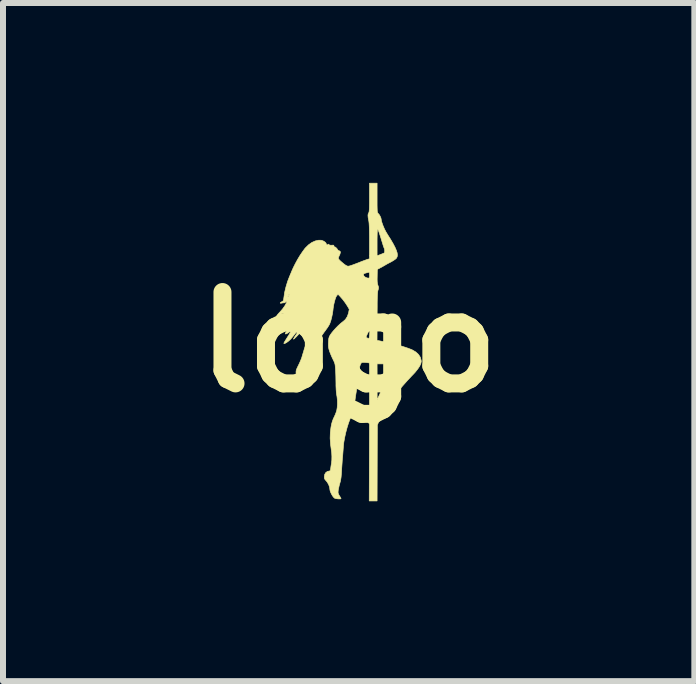
<source format=kicad_pcb>
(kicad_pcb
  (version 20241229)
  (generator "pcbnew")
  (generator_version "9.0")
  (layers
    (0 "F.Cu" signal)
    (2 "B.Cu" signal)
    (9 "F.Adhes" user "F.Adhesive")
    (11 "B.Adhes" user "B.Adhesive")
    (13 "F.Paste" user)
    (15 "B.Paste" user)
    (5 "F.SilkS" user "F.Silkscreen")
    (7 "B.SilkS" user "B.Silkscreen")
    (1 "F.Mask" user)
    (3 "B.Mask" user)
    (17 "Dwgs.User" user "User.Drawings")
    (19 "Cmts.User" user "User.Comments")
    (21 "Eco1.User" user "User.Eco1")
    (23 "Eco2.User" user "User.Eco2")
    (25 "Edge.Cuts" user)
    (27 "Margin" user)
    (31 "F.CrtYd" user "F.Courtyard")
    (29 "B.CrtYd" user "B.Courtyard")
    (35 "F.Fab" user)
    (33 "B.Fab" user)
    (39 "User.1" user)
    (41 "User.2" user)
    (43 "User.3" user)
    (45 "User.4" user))
  (footprint "logo"
    (layer "F.Cu")
    (at 2.765 2.655)
    (property "Reference" "logo" (at 0 0 0) (layer "F.SilkS") (effects (font (size 1.524 1.524) (thickness 0.3))))
    (attr through_hole)
    (fp_poly (pts (xy 0.474 -2.406) (xy 0.474 -2.335) (xy 0.474 -2.279) (xy 0.475 -2.237) (xy 0.476 -2.205) (xy 0.477 -2.183) (xy 0.48 -2.167) (xy 0.483 -2.158) (xy 0.487 -2.151) (xy 0.492 -2.146) (xy 0.492 -2.145) (xy 0.51 -2.125) (xy 0.526 -2.097) (xy 0.538 -2.069) (xy 0.542 -2.05) (xy 0.546 -2.022) (xy 0.558 -1.983) (xy 0.575 -1.937) (xy 0.596 -1.888) (xy 0.62 -1.841) (xy 0.646 -1.798) (xy 0.646 -1.797) (xy 0.699 -1.714) (xy 0.741 -1.642) (xy 0.773 -1.581) (xy 0.795 -1.53) (xy 0.809 -1.487) (xy 0.813 -1.452) (xy 0.809 -1.423) (xy 0.797 -1.4) (xy 0.794 -1.396) (xy 0.778 -1.382) (xy 0.752 -1.364) (xy 0.719 -1.344) (xy 0.699 -1.333) (xy 0.664 -1.315) (xy 0.634 -1.299) (xy 0.613 -1.286) (xy 0.605 -1.282) (xy 0.59 -1.273) (xy 0.564 -1.258) (xy 0.535 -1.242) (xy 0.533 -1.242) (xy 0.478 -1.212) (xy 0.476 -1.1) (xy 0.475 -1.048) (xy 0.476 -1.01) (xy 0.479 -0.982) (xy 0.484 -0.959) (xy 0.488 -0.947) (xy 0.497 -0.92) (xy 0.498 -0.901) (xy 0.494 -0.879) (xy 0.49 -0.866) (xy 0.486 -0.854) (xy 0.484 -0.838) (xy 0.482 -0.818) (xy 0.48 -0.79) (xy 0.478 -0.754) (xy 0.477 -0.708) (xy 0.476 -0.652) (xy 0.476 -0.582) (xy 0.475 -0.498) (xy 0.475 -0.427) (xy 0.473 -0.029) (xy 0.527 -0.018) (xy 0.562 -0.011) (xy 0.598 -0.003) (xy 0.618 0.001) (xy 0.652 0.009) (xy 0.688 0.017) (xy 0.694 0.018) (xy 0.769 0.036) (xy 0.844 0.056) (xy 0.917 0.078) (xy 0.983 0.1) (xy 1.039 0.121) (xy 1.064 0.132) (xy 1.121 0.166) (xy 1.165 0.207) (xy 1.195 0.253) (xy 1.209 0.304) (xy 1.211 0.324) (xy 1.204 0.359) (xy 1.184 0.402) (xy 1.151 0.451) (xy 1.107 0.506) (xy 1.079 0.536) (xy 1.046 0.57) (xy 1.014 0.605) (xy 0.979 0.642) (xy 0.939 0.687) (xy 0.906 0.724) (xy 0.886 0.747) (xy 0.859 0.779) (xy 0.828 0.816) (xy 0.796 0.856) (xy 0.765 0.893) (xy 0.74 0.925) (xy 0.735 0.932) (xy 0.687 0.995) (xy 0.647 1.05) (xy 0.614 1.101) (xy 0.585 1.152) (xy 0.557 1.206) (xy 0.528 1.269) (xy 0.513 1.303) (xy 0.478 1.384) (xy 0.476 2.017) (xy 0.474 2.65) (xy 0.408 2.65) (xy 0.343 2.65) (xy 0.347 1.369) (xy 0.314 1.317) (xy 0.281 1.261) (xy 0.261 1.215) (xy 0.255 1.178) (xy 0.261 1.15) (xy 0.281 1.131) (xy 0.315 1.121) (xy 0.316 1.12) (xy 0.347 1.115) (xy 0.347 0.364) (xy 0.474 0.364) (xy 0.475 0.663) (xy 0.475 0.961) (xy 0.491 0.927) (xy 0.5 0.908) (xy 0.515 0.876) (xy 0.532 0.837) (xy 0.552 0.792) (xy 0.564 0.766) (xy 0.598 0.689) (xy 0.627 0.625) (xy 0.651 0.574) (xy 0.672 0.533) (xy 0.691 0.5) (xy 0.708 0.474) (xy 0.724 0.454) (xy 0.742 0.437) (xy 0.761 0.421) (xy 0.771 0.414) (xy 0.795 0.395) (xy 0.813 0.38) (xy 0.821 0.371) (xy 0.821 0.37) (xy 0.813 0.369) (xy 0.791 0.367) (xy 0.756 0.365) (xy 0.713 0.365) (xy 0.662 0.364) (xy 0.648 0.364) (xy 0.474 0.364) (xy 0.347 0.364) (xy 0.347 0.349) (xy 0.315 0.344) (xy 0.285 0.341) (xy 0.252 0.339) (xy 0.248 0.339) (xy 0.226 0.34) (xy 0.213 0.346) (xy 0.202 0.362) (xy 0.195 0.375) (xy 0.182 0.417) (xy 0.178 0.466) (xy 0.176 0.497) (xy 0.172 0.539) (xy 0.166 0.585) (xy 0.16 0.622) (xy 0.152 0.668) (xy 0.145 0.713) (xy 0.139 0.752) (xy 0.135 0.775) (xy 0.129 0.814) (xy 0.122 0.857) (xy 0.119 0.876) (xy 0.114 0.909) (xy 0.108 0.951) (xy 0.103 0.994) (xy 0.102 1.003) (xy 0.094 1.066) (xy 0.086 1.116) (xy 0.077 1.156) (xy 0.065 1.19) (xy 0.051 1.219) (xy 0.025 1.278) (xy -0.002 1.349) (xy -0.027 1.429) (xy -0.049 1.512) (xy -0.067 1.595) (xy -0.081 1.673) (xy -0.088 1.741) (xy -0.088 1.744) (xy -0.092 1.794) (xy -0.096 1.848) (xy -0.1 1.899) (xy -0.102 1.922) (xy -0.106 1.96) (xy -0.109 2.009) (xy -0.113 2.064) (xy -0.117 2.12) (xy -0.118 2.142) (xy -0.122 2.203) (xy -0.126 2.251) (xy -0.132 2.291) (xy -0.139 2.326) (xy -0.147 2.354) (xy -0.158 2.394) (xy -0.167 2.435) (xy -0.174 2.469) (xy -0.174 2.475) (xy -0.177 2.504) (xy -0.174 2.524) (xy -0.165 2.545) (xy -0.154 2.564) (xy -0.139 2.587) (xy -0.13 2.604) (xy -0.127 2.611) (xy -0.134 2.615) (xy -0.153 2.616) (xy -0.179 2.615) (xy -0.205 2.612) (xy -0.227 2.607) (xy -0.234 2.604) (xy -0.252 2.588) (xy -0.272 2.561) (xy -0.29 2.528) (xy -0.305 2.495) (xy -0.313 2.465) (xy -0.313 2.456) (xy -0.319 2.419) (xy -0.334 2.377) (xy -0.356 2.339) (xy -0.373 2.317) (xy -0.393 2.295) (xy -0.403 2.277) (xy -0.406 2.255) (xy -0.406 2.245) (xy -0.399 2.206) (xy -0.381 2.176) (xy -0.352 2.156) (xy -0.323 2.151) (xy -0.312 2.147) (xy -0.305 2.135) (xy -0.3 2.11) (xy -0.3 2.11) (xy -0.296 2.077) (xy -0.29 2.039) (xy -0.287 2.024) (xy -0.281 1.969) (xy -0.28 1.907) (xy -0.283 1.847) (xy -0.288 1.811) (xy -0.302 1.706) (xy -0.309 1.604) (xy -0.306 1.511) (xy -0.304 1.492) (xy -0.296 1.426) (xy -0.286 1.371) (xy -0.273 1.324) (xy -0.256 1.279) (xy -0.241 1.248) (xy -0.224 1.211) (xy -0.209 1.172) (xy -0.199 1.14) (xy -0.191 1.092) (xy -0.187 1.034) (xy -0.188 0.972) (xy -0.194 0.913) (xy -0.199 0.885) (xy -0.205 0.846) (xy -0.209 0.793) (xy -0.212 0.729) (xy -0.212 0.69) (xy -0.213 0.633) (xy -0.214 0.573) (xy -0.216 0.515) (xy -0.219 0.466) (xy -0.219 0.456) (xy -0.223 0.412) (xy -0.226 0.38) (xy -0.232 0.355) (xy -0.241 0.331) (xy -0.253 0.304) (xy -0.26 0.291) (xy -0.28 0.249) (xy -0.3 0.202) (xy -0.317 0.159) (xy -0.317 0.157) (xy -0.329 0.12) (xy -0.335 0.09) (xy -0.338 0.058) (xy -0.338 0.018) (xy -0.337 0.008) (xy -0.335 -0.031) (xy -0.332 -0.059) (xy -0.326 -0.08) (xy 0.29 -0.08) (xy 0.305 -0.071) (xy 0.324 -0.063) (xy 0.335 -0.06) (xy 0.341 -0.067) (xy 0.345 -0.09) (xy 0.349 -0.125) (xy 0.35 -0.133) (xy 0.352 -0.166) (xy 0.353 -0.193) (xy 0.352 -0.208) (xy 0.352 -0.21) (xy 0.347 -0.204) (xy 0.337 -0.186) (xy 0.324 -0.16) (xy 0.318 -0.148) (xy 0.304 -0.118) (xy 0.295 -0.095) (xy 0.29 -0.082) (xy 0.29 -0.08) (xy -0.326 -0.08) (xy -0.326 -0.081) (xy -0.317 -0.102) (xy -0.305 -0.122) (xy -0.283 -0.153) (xy -0.252 -0.191) (xy -0.215 -0.232) (xy -0.176 -0.272) (xy -0.138 -0.307) (xy -0.105 -0.334) (xy -0.095 -0.341) (xy -0.054 -0.377) (xy -0.023 -0.425) (xy -0.003 -0.482) (xy -0.000259 -0.494) (xy 0.01 -0.547) (xy -0.02 -0.599) (xy -0.056 -0.654) (xy -0.097 -0.709) (xy -0.14 -0.758) (xy -0.15 -0.769) (xy -0.178 -0.797) (xy -0.198 -0.775) (xy -0.211 -0.754) (xy -0.224 -0.719) (xy -0.237 -0.674) (xy -0.249 -0.622) (xy -0.258 -0.567) (xy -0.262 -0.529) (xy -0.27 -0.475) (xy -0.282 -0.417) (xy -0.296 -0.362) (xy -0.312 -0.315) (xy -0.322 -0.292) (xy -0.335 -0.27) (xy -0.354 -0.24) (xy -0.378 -0.207) (xy -0.386 -0.195) (xy -0.411 -0.162) (xy -0.442 -0.117) (xy -0.477 -0.065) (xy -0.513 -0.011) (xy -0.549 0.043) (xy -0.58 0.093) (xy -0.606 0.135) (xy -0.616 0.152) (xy -0.647 0.217) (xy -0.665 0.274) (xy -0.669 0.313) (xy -0.666 0.35) (xy -0.66 0.394) (xy -0.651 0.441) (xy -0.64 0.483) (xy -0.631 0.51) (xy -0.623 0.536) (xy -0.619 0.567) (xy -0.619 0.595) (xy -0.622 0.615) (xy -0.627 0.623) (xy -0.638 0.624) (xy -0.648 0.615) (xy -0.659 0.592) (xy -0.672 0.558) (xy -0.683 0.531) (xy -0.693 0.51) (xy -0.7 0.502) (xy -0.71 0.507) (xy -0.726 0.523) (xy -0.747 0.549) (xy -0.77 0.581) (xy -0.793 0.616) (xy -0.814 0.651) (xy -0.827 0.675) (xy -0.848 0.712) (xy -0.864 0.733) (xy -0.875 0.738) (xy -0.882 0.726) (xy -0.884 0.699) (xy -0.88 0.655) (xy -0.879 0.647) (xy -0.876 0.606) (xy -0.874 0.563) (xy -0.876 0.527) (xy -0.878 0.503) (xy -0.877 0.484) (xy -0.873 0.465) (xy -0.864 0.442) (xy -0.849 0.41) (xy -0.84 0.392) (xy -0.821 0.353) (xy -0.804 0.314) (xy -0.791 0.282) (xy -0.785 0.267) (xy -0.776 0.237) (xy -0.765 0.199) (xy -0.753 0.161) (xy -0.745 0.132) (xy -0.732 0.092) (xy -0.716 0.043) (xy -0.698 -0.011) (xy -0.68 -0.065) (xy -0.664 -0.115) (xy -0.65 -0.159) (xy -0.638 -0.197) (xy -0.63 -0.223) (xy -0.627 -0.237) (xy -0.627 -0.238) (xy -0.632 -0.24) (xy -0.644 -0.231) (xy -0.65 -0.224) (xy -0.672 -0.202) (xy -0.696 -0.181) (xy -0.716 -0.167) (xy -0.729 -0.161) (xy -0.729 -0.161) (xy -0.736 -0.166) (xy -0.732 -0.18) (xy -0.715 -0.205) (xy -0.706 -0.217) (xy -0.686 -0.246) (xy -0.667 -0.277) (xy -0.659 -0.291) (xy -0.642 -0.326) (xy -0.669 -0.299) (xy -0.687 -0.284) (xy -0.701 -0.277) (xy -0.709 -0.278) (xy -0.706 -0.289) (xy -0.706 -0.291) (xy -0.702 -0.298) (xy -0.707 -0.293) (xy -0.718 -0.279) (xy -0.734 -0.257) (xy -0.75 -0.233) (xy -0.767 -0.209) (xy -0.79 -0.18) (xy -0.817 -0.15) (xy -0.844 -0.119) (xy -0.87 -0.091) (xy -0.893 -0.069) (xy -0.91 -0.053) (xy -0.92 -0.048) (xy -0.921 -0.049) (xy -0.917 -0.059) (xy -0.906 -0.079) (xy -0.889 -0.107) (xy -0.876 -0.125) (xy -0.854 -0.16) (xy -0.832 -0.196) (xy -0.813 -0.231) (xy -0.799 -0.26) (xy -0.79 -0.282) (xy -0.789 -0.292) (xy -0.789 -0.293) (xy -0.795 -0.288) (xy -0.806 -0.272) (xy -0.813 -0.26) (xy -0.842 -0.212) (xy -0.878 -0.16) (xy -0.916 -0.11) (xy -0.953 -0.065) (xy -0.975 -0.041) (xy -1.007 -0.013) (xy -1.036 0.008) (xy -1.06 0.021) (xy -1.077 0.025) (xy -1.081 0.023) (xy -1.079 0.014) (xy -1.069 -0.005) (xy -1.052 -0.032) (xy -1.039 -0.053) (xy -1.017 -0.088) (xy -0.995 -0.123) (xy -0.979 -0.151) (xy -0.974 -0.161) (xy -0.955 -0.197) (xy -0.993 -0.166) (xy -1.019 -0.148) (xy -1.04 -0.137) (xy -1.054 -0.135) (xy -1.058 -0.141) (xy -1.054 -0.151) (xy -1.042 -0.17) (xy -1.025 -0.194) (xy -1.017 -0.207) (xy -0.957 -0.207) (xy -0.953 -0.203) (xy -0.948 -0.207) (xy -0.953 -0.212) (xy -0.957 -0.207) (xy -1.017 -0.207) (xy -1.007 -0.222) (xy -0.988 -0.252) (xy -0.971 -0.28) (xy -0.958 -0.303) (xy -0.951 -0.318) (xy -0.951 -0.322) (xy -0.957 -0.315) (xy -0.97 -0.298) (xy -0.987 -0.273) (xy -0.991 -0.266) (xy -1.015 -0.232) (xy -1.038 -0.206) (xy -1.059 -0.189) (xy -1.073 -0.183) (xy -1.079 -0.186) (xy -1.077 -0.197) (xy -1.066 -0.216) (xy -1.048 -0.241) (xy -1.026 -0.268) (xy -1.009 -0.287) (xy -0.998 -0.302) (xy -0.986 -0.323) (xy -0.986 -0.325) (xy -0.982 -0.334) (xy -0.948 -0.334) (xy -0.944 -0.33) (xy -0.94 -0.334) (xy -0.944 -0.339) (xy -0.948 -0.334) (xy -0.982 -0.334) (xy -0.982 -0.335) (xy -0.986 -0.334) (xy -1 -0.32) (xy -1.017 -0.301) (xy -1.046 -0.27) (xy -1.076 -0.238) (xy -1.105 -0.21) (xy -1.13 -0.185) (xy -1.15 -0.168) (xy -1.161 -0.161) (xy -1.162 -0.161) (xy -1.168 -0.165) (xy -1.164 -0.179) (xy -1.149 -0.204) (xy -1.125 -0.236) (xy -1.098 -0.271) (xy -1.081 -0.293) (xy -1.074 -0.304) (xy -1.076 -0.304) (xy -1.087 -0.295) (xy -1.106 -0.277) (xy -1.134 -0.252) (xy -1.155 -0.238) (xy -1.165 -0.236) (xy -1.166 -0.246) (xy -1.156 -0.268) (xy -1.152 -0.275) (xy -1.129 -0.319) (xy -1.116 -0.356) (xy -0.972 -0.356) (xy -0.97 -0.356) (xy -0.963 -0.362) (xy -0.961 -0.364) (xy -0.959 -0.372) (xy -0.96 -0.373) (xy -0.968 -0.367) (xy -0.969 -0.364) (xy -0.972 -0.356) (xy -1.116 -0.356) (xy -1.108 -0.379) (xy -1.104 -0.394) (xy -1.016 -0.394) (xy -1.012 -0.389) (xy -1.008 -0.394) (xy -1.012 -0.398) (xy -1.016 -0.394) (xy -1.104 -0.394) (xy -1.096 -0.422) (xy -1.087 -0.456) (xy -1.084 -0.477) (xy -1.087 -0.485) (xy -1.097 -0.484) (xy -1.111 -0.476) (xy -1.148 -0.454) (xy -1.173 -0.441) (xy -1.188 -0.434) (xy -1.197 -0.433) (xy -1.199 -0.435) (xy -1.197 -0.443) (xy -1.184 -0.46) (xy -1.164 -0.483) (xy -1.154 -0.493) (xy -1.103 -0.551) (xy -1.064 -0.606) (xy -1.037 -0.656) (xy -1.036 -0.657) (xy -1.029 -0.676) (xy -1.029 -0.683) (xy -1.037 -0.68) (xy -1.041 -0.677) (xy -1.055 -0.667) (xy -1.058 -0.661) (xy -1.065 -0.656) (xy -1.077 -0.655) (xy -1.1 -0.653) (xy -1.12 -0.649) (xy -1.138 -0.647) (xy -1.142 -0.652) (xy -1.134 -0.662) (xy -1.115 -0.673) (xy -1.099 -0.682) (xy -1.09 -0.692) (xy -1.085 -0.709) (xy -1.081 -0.739) (xy -1.081 -0.739) (xy -1.078 -0.758) (xy -1.016 -0.758) (xy -1.012 -0.758) (xy -1.004 -0.767) (xy -0.994 -0.783) (xy -0.991 -0.791) (xy -0.995 -0.792) (xy -1.003 -0.783) (xy -1.013 -0.767) (xy -1.016 -0.758) (xy -1.078 -0.758) (xy -1.069 -0.824) (xy -1.047 -0.916) (xy -1.019 -1.01) (xy -0.984 -1.1) (xy -0.978 -1.113) (xy -0.973 -1.125) (xy 0.247 -1.125) (xy 0.247 -1.118) (xy 0.257 -1.099) (xy 0.278 -1.082) (xy 0.306 -1.07) (xy 0.328 -1.067) (xy 0.339 -1.068) (xy 0.344 -1.075) (xy 0.347 -1.091) (xy 0.347 -1.117) (xy 0.346 -1.147) (xy 0.342 -1.162) (xy 0.337 -1.165) (xy 0.323 -1.161) (xy 0.299 -1.155) (xy 0.285 -1.151) (xy 0.261 -1.144) (xy 0.249 -1.136) (xy 0.247 -1.125) (xy -0.973 -1.125) (xy -0.968 -1.137) (xy -0.956 -1.167) (xy -0.952 -1.177) (xy -0.925 -1.238) (xy -0.891 -1.306) (xy -0.853 -1.376) (xy -0.812 -1.444) (xy -0.771 -1.505) (xy -0.733 -1.557) (xy -0.721 -1.571) (xy -0.669 -1.622) (xy -0.614 -1.661) (xy -0.556 -1.687) (xy -0.5 -1.699) (xy -0.459 -1.698) (xy -0.429 -1.689) (xy -0.402 -1.674) (xy -0.382 -1.657) (xy -0.373 -1.639) (xy -0.373 -1.637) (xy -0.367 -1.624) (xy -0.355 -1.62) (xy -0.346 -1.627) (xy -0.338 -1.634) (xy -0.329 -1.626) (xy -0.328 -1.625) (xy -0.314 -1.616) (xy -0.288 -1.615) (xy -0.282 -1.615) (xy -0.259 -1.617) (xy -0.248 -1.613) (xy -0.246 -1.604) (xy -0.246 -1.601) (xy -0.242 -1.588) (xy -0.237 -1.588) (xy -0.226 -1.586) (xy -0.21 -1.574) (xy -0.194 -1.557) (xy -0.184 -1.54) (xy -0.184 -1.539) (xy -0.172 -1.527) (xy -0.159 -1.523) (xy -0.142 -1.514) (xy -0.138 -1.494) (xy -0.146 -1.464) (xy -0.156 -1.443) (xy -0.169 -1.414) (xy -0.171 -1.396) (xy -0.169 -1.388) (xy -0.157 -1.372) (xy -0.135 -1.35) (xy -0.107 -1.326) (xy -0.078 -1.302) (xy -0.052 -1.283) (xy -0.036 -1.274) (xy -0.025 -1.269) (xy -0.014 -1.266) (xy -0.002 -1.266) (xy 0.016 -1.27) (xy 0.039 -1.277) (xy 0.071 -1.288) (xy 0.114 -1.304) (xy 0.169 -1.325) (xy 0.191 -1.334) (xy 0.232 -1.35) (xy 0.27 -1.364) (xy 0.3 -1.375) (xy 0.319 -1.381) (xy 0.32 -1.381) (xy 0.347 -1.389) (xy 0.347 -1.66) (xy 0.474 -1.66) (xy 0.474 -1.439) (xy 0.53 -1.46) (xy 0.559 -1.472) (xy 0.581 -1.481) (xy 0.593 -1.486) (xy 0.593 -1.486) (xy 0.599 -1.498) (xy 0.601 -1.519) (xy 0.599 -1.543) (xy 0.594 -1.563) (xy 0.593 -1.564) (xy 0.587 -1.578) (xy 0.578 -1.604) (xy 0.567 -1.639) (xy 0.555 -1.679) (xy 0.554 -1.681) (xy 0.535 -1.745) (xy 0.519 -1.794) (xy 0.507 -1.83) (xy 0.498 -1.855) (xy 0.491 -1.871) (xy 0.485 -1.878) (xy 0.482 -1.88) (xy 0.48 -1.872) (xy 0.478 -1.849) (xy 0.476 -1.813) (xy 0.475 -1.768) (xy 0.474 -1.714) (xy 0.474 -1.66) (xy 0.347 -1.66) (xy 0.347 -1.679) (xy 0.347 -1.765) (xy 0.346 -1.835) (xy 0.345 -1.893) (xy 0.343 -1.939) (xy 0.341 -1.975) (xy 0.338 -2.003) (xy 0.335 -2.025) (xy 0.334 -2.028) (xy 0.325 -2.076) (xy 0.322 -2.111) (xy 0.325 -2.137) (xy 0.334 -2.155) (xy 0.334 -2.155) (xy 0.338 -2.163) (xy 0.341 -2.176) (xy 0.343 -2.196) (xy 0.345 -2.225) (xy 0.346 -2.265) (xy 0.347 -2.318) (xy 0.347 -2.385) (xy 0.347 -2.411) (xy 0.347 -2.65) (xy 0.474 -2.65) (xy 0.474 -2.406)) (stroke (width 0.01) (type solid)) (fill yes) (layer "F.SilkS")))
  (gr_rect
    (start -3 -3)
    (end 8.53 8.31)
    (stroke (width 0.1) (type default))
    (fill no)
    (layer "Edge.Cuts")))
</source>
